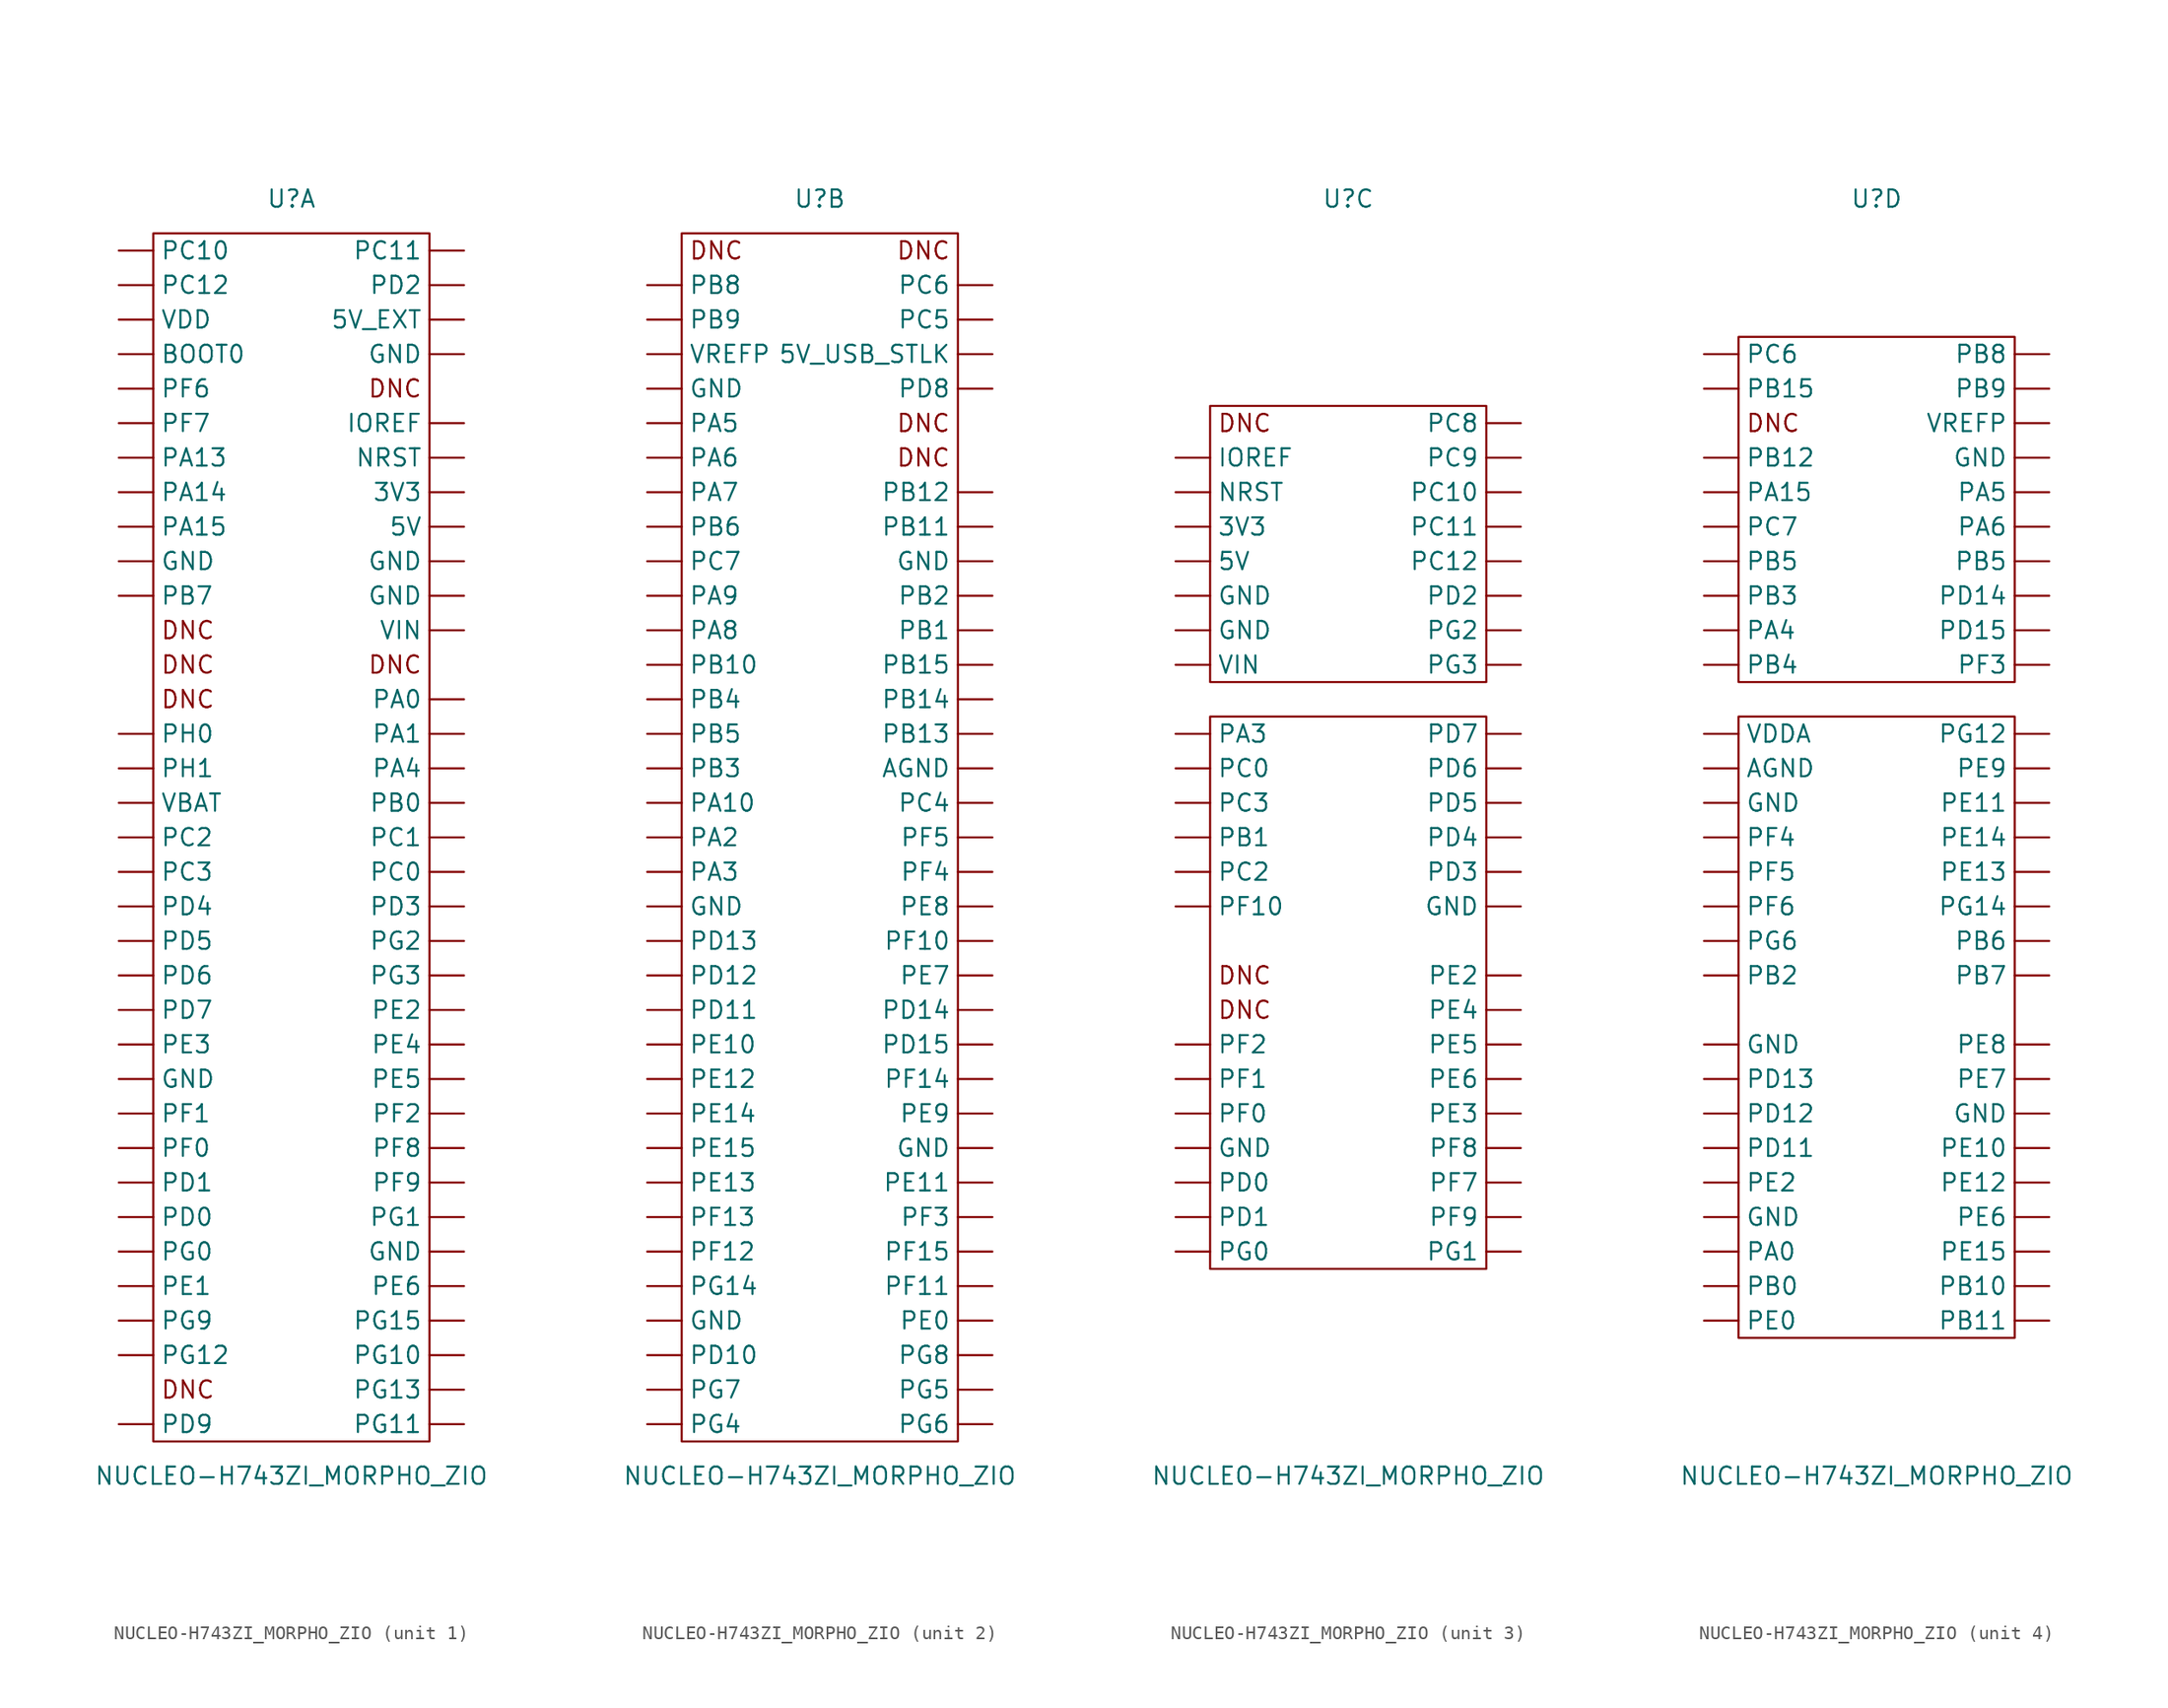
<source format=kicad_sym>
(kicad_symbol_lib
  (version 20211014)
  (generator kicad_symbol_editor)
  (symbol "NUCLEO-H743ZI_MORPHO_ZIO"
    (pin_numbers hide)
    (property "Reference" "U"
      (at 0 46.99 0)
      (effects (font (size 1.27 1.27))))
    (property "Value" "NUCLEO-H743ZI_MORPHO_ZIO"
      (at 0 -46.99 0)
      (effects (font (size 1.27 1.27))))
    (property "ki_locked" ""
      (at 0 0 0)
      (effects (font (size 1.27 1.27))))
    (symbol "NUCLEO-H743ZI_MORPHO_ZIO_1_0"
      (rectangle (start -10.16 44.45) (end 10.16 -44.45) (stroke (width 0.152) (type default) (color 0 0 0 0)) (fill (type none)))
      (text "DNC" (at -7.62 -40.64 0) (effects (font (size 1.27 1.27))))
      (text "DNC" (at -7.62 10.16 0) (effects (font (size 1.27 1.27))))
      (text "DNC" (at -7.62 12.7 0) (effects (font (size 1.27 1.27))))
      (text "DNC" (at -7.62 15.24 0) (effects (font (size 1.27 1.27))))
      (text "DNC" (at 7.62 12.7 0) (effects (font (size 1.27 1.27))))
      (text "DNC" (at 7.62 33.02 0) (effects (font (size 1.27 1.27)))))
    (symbol "NUCLEO-H743ZI_MORPHO_ZIO_1_1"
      (pin power_out line (at 12.7 25.4 180) (length 2.54) (name "3V3" (effects (font (size 1.27 1.27)))) (number "3V3" (effects (font (size 1.27 1.27)))))
      (pin power_out line (at 12.7 22.86 180) (length 2.54) (name "5V" (effects (font (size 1.27 1.27)))) (number "5V" (effects (font (size 1.27 1.27)))))
      (pin power_in line (at 12.7 38.1 180) (length 2.54) (name "5V_EXT" (effects (font (size 1.27 1.27)))) (number "5V_EXT" (effects (font (size 1.27 1.27)))))
      (pin passive line (at -12.7 35.56 0) (length 2.54) (name "BOOT0" (effects (font (size 1.27 1.27)))) (number "BOOT0" (effects (font (size 1.27 1.27)))))
      (pin power_in line (at -12.7 -17.78 0) (length 2.54) (name "GND" (effects (font (size 1.27 1.27)))) (number "GND" (effects (font (size 1.27 1.27)))))
      (pin power_in line (at -12.7 20.32 0) (length 2.54) (name "GND" (effects (font (size 1.27 1.27)))) (number "GND" (effects (font (size 1.27 1.27)))))
      (pin power_in line (at 12.7 -30.48 180) (length 2.54) (name "GND" (effects (font (size 1.27 1.27)))) (number "GND" (effects (font (size 1.27 1.27)))))
      (pin power_in line (at 12.7 17.78 180) (length 2.54) (name "GND" (effects (font (size 1.27 1.27)))) (number "GND" (effects (font (size 1.27 1.27)))))
      (pin power_in line (at 12.7 20.32 180) (length 2.54) (name "GND" (effects (font (size 1.27 1.27)))) (number "GND" (effects (font (size 1.27 1.27)))))
      (pin power_in line (at 12.7 35.56 180) (length 2.54) (name "GND" (effects (font (size 1.27 1.27)))) (number "GND" (effects (font (size 1.27 1.27)))))
      (pin passive line (at 12.7 30.48 180) (length 2.54) (name "IOREF" (effects (font (size 1.27 1.27)))) (number "IOREF" (effects (font (size 1.27 1.27)))))
      (pin passive line (at 12.7 27.94 180) (length 2.54) (name "NRST" (effects (font (size 1.27 1.27)))) (number "NRST" (effects (font (size 1.27 1.27)))))
      (pin passive line (at 12.7 10.16 180) (length 2.54) (name "PA0" (effects (font (size 1.27 1.27)))) (number "PA0" (effects (font (size 1.27 1.27)))))
      (pin passive line (at 12.7 7.62 180) (length 2.54) (name "PA1" (effects (font (size 1.27 1.27)))) (number "PA1" (effects (font (size 1.27 1.27)))))
      (pin passive line (at -12.7 27.94 0) (length 2.54) (name "PA13" (effects (font (size 1.27 1.27)))) (number "PA13" (effects (font (size 1.27 1.27)))))
      (pin passive line (at -12.7 25.4 0) (length 2.54) (name "PA14" (effects (font (size 1.27 1.27)))) (number "PA14" (effects (font (size 1.27 1.27)))))
      (pin passive line (at -12.7 22.86 0) (length 2.54) (name "PA15" (effects (font (size 1.27 1.27)))) (number "PA15" (effects (font (size 1.27 1.27)))))
      (pin passive line (at 12.7 5.08 180) (length 2.54) (name "PA4" (effects (font (size 1.27 1.27)))) (number "PA4" (effects (font (size 1.27 1.27)))))
      (pin passive line (at 12.7 2.54 180) (length 2.54) (name "PB0" (effects (font (size 1.27 1.27)))) (number "PB0" (effects (font (size 1.27 1.27)))))
      (pin passive line (at -12.7 17.78 0) (length 2.54) (name "PB7" (effects (font (size 1.27 1.27)))) (number "PB7" (effects (font (size 1.27 1.27)))))
      (pin passive line (at 12.7 -2.54 180) (length 2.54) (name "PC0" (effects (font (size 1.27 1.27)))) (number "PC0" (effects (font (size 1.27 1.27)))))
      (pin passive line (at 12.7 0 180) (length 2.54) (name "PC1" (effects (font (size 1.27 1.27)))) (number "PC1" (effects (font (size 1.27 1.27)))))
      (pin passive line (at -12.7 43.18 0) (length 2.54) (name "PC10" (effects (font (size 1.27 1.27)))) (number "PC10" (effects (font (size 1.27 1.27)))))
      (pin passive line (at 12.7 43.18 180) (length 2.54) (name "PC11" (effects (font (size 1.27 1.27)))) (number "PC11" (effects (font (size 1.27 1.27)))))
      (pin passive line (at -12.7 40.64 0) (length 2.54) (name "PC12" (effects (font (size 1.27 1.27)))) (number "PC12" (effects (font (size 1.27 1.27)))))
      (pin passive line (at -12.7 0 0) (length 2.54) (name "PC2" (effects (font (size 1.27 1.27)))) (number "PC2" (effects (font (size 1.27 1.27)))))
      (pin passive line (at -12.7 -2.54 0) (length 2.54) (name "PC3" (effects (font (size 1.27 1.27)))) (number "PC3" (effects (font (size 1.27 1.27)))))
      (pin passive line (at -12.7 -27.94 0) (length 2.54) (name "PD0" (effects (font (size 1.27 1.27)))) (number "PD0" (effects (font (size 1.27 1.27)))))
      (pin passive line (at -12.7 -25.4 0) (length 2.54) (name "PD1" (effects (font (size 1.27 1.27)))) (number "PD1" (effects (font (size 1.27 1.27)))))
      (pin passive line (at 12.7 40.64 180) (length 2.54) (name "PD2" (effects (font (size 1.27 1.27)))) (number "PD2" (effects (font (size 1.27 1.27)))))
      (pin passive line (at 12.7 -5.08 180) (length 2.54) (name "PD3" (effects (font (size 1.27 1.27)))) (number "PD3" (effects (font (size 1.27 1.27)))))
      (pin passive line (at -12.7 -5.08 0) (length 2.54) (name "PD4" (effects (font (size 1.27 1.27)))) (number "PD4" (effects (font (size 1.27 1.27)))))
      (pin passive line (at -12.7 -7.62 0) (length 2.54) (name "PD5" (effects (font (size 1.27 1.27)))) (number "PD5" (effects (font (size 1.27 1.27)))))
      (pin passive line (at -12.7 -10.16 0) (length 2.54) (name "PD6" (effects (font (size 1.27 1.27)))) (number "PD6" (effects (font (size 1.27 1.27)))))
      (pin passive line (at -12.7 -12.7 0) (length 2.54) (name "PD7" (effects (font (size 1.27 1.27)))) (number "PD7" (effects (font (size 1.27 1.27)))))
      (pin passive line (at -12.7 -43.18 0) (length 2.54) (name "PD9" (effects (font (size 1.27 1.27)))) (number "PD9" (effects (font (size 1.27 1.27)))))
      (pin passive line (at -12.7 -33.02 0) (length 2.54) (name "PE1" (effects (font (size 1.27 1.27)))) (number "PE1" (effects (font (size 1.27 1.27)))))
      (pin passive line (at 12.7 -12.7 180) (length 2.54) (name "PE2" (effects (font (size 1.27 1.27)))) (number "PE2" (effects (font (size 1.27 1.27)))))
      (pin passive line (at -12.7 -15.24 0) (length 2.54) (name "PE3" (effects (font (size 1.27 1.27)))) (number "PE3" (effects (font (size 1.27 1.27)))))
      (pin passive line (at 12.7 -15.24 180) (length 2.54) (name "PE4" (effects (font (size 1.27 1.27)))) (number "PE4" (effects (font (size 1.27 1.27)))))
      (pin passive line (at 12.7 -17.78 180) (length 2.54) (name "PE5" (effects (font (size 1.27 1.27)))) (number "PE5" (effects (font (size 1.27 1.27)))))
      (pin passive line (at 12.7 -33.02 180) (length 2.54) (name "PE6" (effects (font (size 1.27 1.27)))) (number "PE6" (effects (font (size 1.27 1.27)))))
      (pin passive line (at -12.7 -22.86 0) (length 2.54) (name "PF0" (effects (font (size 1.27 1.27)))) (number "PF0" (effects (font (size 1.27 1.27)))))
      (pin passive line (at -12.7 -20.32 0) (length 2.54) (name "PF1" (effects (font (size 1.27 1.27)))) (number "PF1" (effects (font (size 1.27 1.27)))))
      (pin passive line (at 12.7 -20.32 180) (length 2.54) (name "PF2" (effects (font (size 1.27 1.27)))) (number "PF2" (effects (font (size 1.27 1.27)))))
      (pin passive line (at -12.7 33.02 0) (length 2.54) (name "PF6" (effects (font (size 1.27 1.27)))) (number "PF6" (effects (font (size 1.27 1.27)))))
      (pin passive line (at -12.7 30.48 0) (length 2.54) (name "PF7" (effects (font (size 1.27 1.27)))) (number "PF7" (effects (font (size 1.27 1.27)))))
      (pin passive line (at 12.7 -22.86 180) (length 2.54) (name "PF8" (effects (font (size 1.27 1.27)))) (number "PF8" (effects (font (size 1.27 1.27)))))
      (pin passive line (at 12.7 -25.4 180) (length 2.54) (name "PF9" (effects (font (size 1.27 1.27)))) (number "PF9" (effects (font (size 1.27 1.27)))))
      (pin passive line (at -12.7 -30.48 0) (length 2.54) (name "PG0" (effects (font (size 1.27 1.27)))) (number "PG0" (effects (font (size 1.27 1.27)))))
      (pin passive line (at 12.7 -27.94 180) (length 2.54) (name "PG1" (effects (font (size 1.27 1.27)))) (number "PG1" (effects (font (size 1.27 1.27)))))
      (pin passive line (at 12.7 -38.1 180) (length 2.54) (name "PG10" (effects (font (size 1.27 1.27)))) (number "PG10" (effects (font (size 1.27 1.27)))))
      (pin passive line (at 12.7 -43.18 180) (length 2.54) (name "PG11" (effects (font (size 1.27 1.27)))) (number "PG11" (effects (font (size 1.27 1.27)))))
      (pin passive line (at -12.7 -38.1 0) (length 2.54) (name "PG12" (effects (font (size 1.27 1.27)))) (number "PG12" (effects (font (size 1.27 1.27)))))
      (pin passive line (at 12.7 -40.64 180) (length 2.54) (name "PG13" (effects (font (size 1.27 1.27)))) (number "PG13" (effects (font (size 1.27 1.27)))))
      (pin passive line (at 12.7 -35.56 180) (length 2.54) (name "PG15" (effects (font (size 1.27 1.27)))) (number "PG15" (effects (font (size 1.27 1.27)))))
      (pin passive line (at 12.7 -7.62 180) (length 2.54) (name "PG2" (effects (font (size 1.27 1.27)))) (number "PG2" (effects (font (size 1.27 1.27)))))
      (pin passive line (at 12.7 -10.16 180) (length 2.54) (name "PG3" (effects (font (size 1.27 1.27)))) (number "PG3" (effects (font (size 1.27 1.27)))))
      (pin passive line (at -12.7 -35.56 0) (length 2.54) (name "PG9" (effects (font (size 1.27 1.27)))) (number "PG9" (effects (font (size 1.27 1.27)))))
      (pin passive line (at -12.7 7.62 0) (length 2.54) (name "PH0" (effects (font (size 1.27 1.27)))) (number "PH0" (effects (font (size 1.27 1.27)))))
      (pin passive line (at -12.7 5.08 0) (length 2.54) (name "PH1" (effects (font (size 1.27 1.27)))) (number "PH1" (effects (font (size 1.27 1.27)))))
      (pin power_in line (at -12.7 2.54 0) (length 2.54) (name "VBAT" (effects (font (size 1.27 1.27)))) (number "VBAT" (effects (font (size 1.27 1.27)))))
      (pin power_out line (at -12.7 38.1 0) (length 2.54) (name "VDD" (effects (font (size 1.27 1.27)))) (number "VDD" (effects (font (size 1.27 1.27)))))
      (pin power_in line (at 12.7 15.24 180) (length 2.54) (name "VIN" (effects (font (size 1.27 1.27)))) (number "VIN" (effects (font (size 1.27 1.27))))))
    (symbol "NUCLEO-H743ZI_MORPHO_ZIO_2_0"
      (rectangle (start -10.16 44.45) (end 10.16 -44.45) (stroke (width 0.152) (type default) (color 0 0 0 0)) (fill (type none)))
      (text "DNC" (at -7.62 43.18 0) (effects (font (size 1.27 1.27))))
      (text "DNC" (at 7.62 27.94 0) (effects (font (size 1.27 1.27))))
      (text "DNC" (at 7.62 30.48 0) (effects (font (size 1.27 1.27))))
      (text "DNC" (at 7.62 43.18 0) (effects (font (size 1.27 1.27)))))
    (symbol "NUCLEO-H743ZI_MORPHO_ZIO_2_1"
      (pin power_out line (at 12.7 35.56 180) (length 2.54) (name "5V_USB_STLK" (effects (font (size 1.27 1.27)))) (number "5V_USB_STLK" (effects (font (size 1.27 1.27)))))
      (pin power_in line (at 12.7 5.08 180) (length 2.54) (name "AGND" (effects (font (size 1.27 1.27)))) (number "AGND" (effects (font (size 1.27 1.27)))))
      (pin power_in line (at -12.7 -35.56 0) (length 2.54) (name "GND" (effects (font (size 1.27 1.27)))) (number "GND" (effects (font (size 1.27 1.27)))))
      (pin power_in line (at -12.7 -5.08 0) (length 2.54) (name "GND" (effects (font (size 1.27 1.27)))) (number "GND" (effects (font (size 1.27 1.27)))))
      (pin power_in line (at -12.7 33.02 0) (length 2.54) (name "GND" (effects (font (size 1.27 1.27)))) (number "GND" (effects (font (size 1.27 1.27)))))
      (pin power_in line (at 12.7 -22.86 180) (length 2.54) (name "GND" (effects (font (size 1.27 1.27)))) (number "GND" (effects (font (size 1.27 1.27)))))
      (pin power_in line (at 12.7 20.32 180) (length 2.54) (name "GND" (effects (font (size 1.27 1.27)))) (number "GND" (effects (font (size 1.27 1.27)))))
      (pin passive line (at -12.7 2.54 0) (length 2.54) (name "PA10" (effects (font (size 1.27 1.27)))) (number "PA10" (effects (font (size 1.27 1.27)))))
      (pin passive line (at -12.7 0 0) (length 2.54) (name "PA2" (effects (font (size 1.27 1.27)))) (number "PA2" (effects (font (size 1.27 1.27)))))
      (pin passive line (at -12.7 -2.54 0) (length 2.54) (name "PA3" (effects (font (size 1.27 1.27)))) (number "PA3" (effects (font (size 1.27 1.27)))))
      (pin passive line (at -12.7 30.48 0) (length 2.54) (name "PA5" (effects (font (size 1.27 1.27)))) (number "PA5" (effects (font (size 1.27 1.27)))))
      (pin passive line (at -12.7 27.94 0) (length 2.54) (name "PA6" (effects (font (size 1.27 1.27)))) (number "PA6" (effects (font (size 1.27 1.27)))))
      (pin passive line (at -12.7 25.4 0) (length 2.54) (name "PA7" (effects (font (size 1.27 1.27)))) (number "PA7" (effects (font (size 1.27 1.27)))))
      (pin passive line (at -12.7 15.24 0) (length 2.54) (name "PA8" (effects (font (size 1.27 1.27)))) (number "PA8" (effects (font (size 1.27 1.27)))))
      (pin passive line (at -12.7 17.78 0) (length 2.54) (name "PA9" (effects (font (size 1.27 1.27)))) (number "PA9" (effects (font (size 1.27 1.27)))))
      (pin passive line (at 12.7 15.24 180) (length 2.54) (name "PB1" (effects (font (size 1.27 1.27)))) (number "PB1" (effects (font (size 1.27 1.27)))))
      (pin passive line (at -12.7 12.7 0) (length 2.54) (name "PB10" (effects (font (size 1.27 1.27)))) (number "PB10" (effects (font (size 1.27 1.27)))))
      (pin passive line (at 12.7 22.86 180) (length 2.54) (name "PB11" (effects (font (size 1.27 1.27)))) (number "PB11" (effects (font (size 1.27 1.27)))))
      (pin passive line (at 12.7 25.4 180) (length 2.54) (name "PB12" (effects (font (size 1.27 1.27)))) (number "PB12" (effects (font (size 1.27 1.27)))))
      (pin passive line (at 12.7 7.62 180) (length 2.54) (name "PB13" (effects (font (size 1.27 1.27)))) (number "PB13" (effects (font (size 1.27 1.27)))))
      (pin passive line (at 12.7 10.16 180) (length 2.54) (name "PB14" (effects (font (size 1.27 1.27)))) (number "PB14" (effects (font (size 1.27 1.27)))))
      (pin passive line (at 12.7 12.7 180) (length 2.54) (name "PB15" (effects (font (size 1.27 1.27)))) (number "PB15" (effects (font (size 1.27 1.27)))))
      (pin passive line (at 12.7 17.78 180) (length 2.54) (name "PB2" (effects (font (size 1.27 1.27)))) (number "PB2" (effects (font (size 1.27 1.27)))))
      (pin passive line (at -12.7 5.08 0) (length 2.54) (name "PB3" (effects (font (size 1.27 1.27)))) (number "PB3" (effects (font (size 1.27 1.27)))))
      (pin passive line (at -12.7 10.16 0) (length 2.54) (name "PB4" (effects (font (size 1.27 1.27)))) (number "PB4" (effects (font (size 1.27 1.27)))))
      (pin passive line (at -12.7 7.62 0) (length 2.54) (name "PB5" (effects (font (size 1.27 1.27)))) (number "PB5" (effects (font (size 1.27 1.27)))))
      (pin passive line (at -12.7 22.86 0) (length 2.54) (name "PB6" (effects (font (size 1.27 1.27)))) (number "PB6" (effects (font (size 1.27 1.27)))))
      (pin passive line (at -12.7 40.64 0) (length 2.54) (name "PB8" (effects (font (size 1.27 1.27)))) (number "PB8" (effects (font (size 1.27 1.27)))))
      (pin passive line (at -12.7 38.1 0) (length 2.54) (name "PB9" (effects (font (size 1.27 1.27)))) (number "PB9" (effects (font (size 1.27 1.27)))))
      (pin passive line (at 12.7 2.54 180) (length 2.54) (name "PC4" (effects (font (size 1.27 1.27)))) (number "PC4" (effects (font (size 1.27 1.27)))))
      (pin passive line (at 12.7 38.1 180) (length 2.54) (name "PC5" (effects (font (size 1.27 1.27)))) (number "PC5" (effects (font (size 1.27 1.27)))))
      (pin passive line (at 12.7 40.64 180) (length 2.54) (name "PC6" (effects (font (size 1.27 1.27)))) (number "PC6" (effects (font (size 1.27 1.27)))))
      (pin passive line (at -12.7 20.32 0) (length 2.54) (name "PC7" (effects (font (size 1.27 1.27)))) (number "PC7" (effects (font (size 1.27 1.27)))))
      (pin passive line (at -12.7 -38.1 0) (length 2.54) (name "PD10" (effects (font (size 1.27 1.27)))) (number "PD10" (effects (font (size 1.27 1.27)))))
      (pin passive line (at -12.7 -12.7 0) (length 2.54) (name "PD11" (effects (font (size 1.27 1.27)))) (number "PD11" (effects (font (size 1.27 1.27)))))
      (pin passive line (at -12.7 -10.16 0) (length 2.54) (name "PD12" (effects (font (size 1.27 1.27)))) (number "PD12" (effects (font (size 1.27 1.27)))))
      (pin passive line (at -12.7 -7.62 0) (length 2.54) (name "PD13" (effects (font (size 1.27 1.27)))) (number "PD13" (effects (font (size 1.27 1.27)))))
      (pin passive line (at 12.7 -12.7 180) (length 2.54) (name "PD14" (effects (font (size 1.27 1.27)))) (number "PD14" (effects (font (size 1.27 1.27)))))
      (pin passive line (at 12.7 -15.24 180) (length 2.54) (name "PD15" (effects (font (size 1.27 1.27)))) (number "PD15" (effects (font (size 1.27 1.27)))))
      (pin passive line (at 12.7 33.02 180) (length 2.54) (name "PD8" (effects (font (size 1.27 1.27)))) (number "PD8" (effects (font (size 1.27 1.27)))))
      (pin passive line (at 12.7 -35.56 180) (length 2.54) (name "PE0" (effects (font (size 1.27 1.27)))) (number "PE0" (effects (font (size 1.27 1.27)))))
      (pin passive line (at -12.7 -15.24 0) (length 2.54) (name "PE10" (effects (font (size 1.27 1.27)))) (number "PE10" (effects (font (size 1.27 1.27)))))
      (pin passive line (at 12.7 -25.4 180) (length 2.54) (name "PE11" (effects (font (size 1.27 1.27)))) (number "PE11" (effects (font (size 1.27 1.27)))))
      (pin passive line (at -12.7 -17.78 0) (length 2.54) (name "PE12" (effects (font (size 1.27 1.27)))) (number "PE12" (effects (font (size 1.27 1.27)))))
      (pin passive line (at -12.7 -25.4 0) (length 2.54) (name "PE13" (effects (font (size 1.27 1.27)))) (number "PE13" (effects (font (size 1.27 1.27)))))
      (pin passive line (at -12.7 -20.32 0) (length 2.54) (name "PE14" (effects (font (size 1.27 1.27)))) (number "PE14" (effects (font (size 1.27 1.27)))))
      (pin passive line (at -12.7 -22.86 0) (length 2.54) (name "PE15" (effects (font (size 1.27 1.27)))) (number "PE15" (effects (font (size 1.27 1.27)))))
      (pin passive line (at 12.7 -10.16 180) (length 2.54) (name "PE7" (effects (font (size 1.27 1.27)))) (number "PE7" (effects (font (size 1.27 1.27)))))
      (pin passive line (at 12.7 -5.08 180) (length 2.54) (name "PE8" (effects (font (size 1.27 1.27)))) (number "PE8" (effects (font (size 1.27 1.27)))))
      (pin passive line (at 12.7 -20.32 180) (length 2.54) (name "PE9" (effects (font (size 1.27 1.27)))) (number "PE9" (effects (font (size 1.27 1.27)))))
      (pin passive line (at 12.7 -7.62 180) (length 2.54) (name "PF10" (effects (font (size 1.27 1.27)))) (number "PF10" (effects (font (size 1.27 1.27)))))
      (pin passive line (at 12.7 -33.02 180) (length 2.54) (name "PF11" (effects (font (size 1.27 1.27)))) (number "PF11" (effects (font (size 1.27 1.27)))))
      (pin passive line (at -12.7 -30.48 0) (length 2.54) (name "PF12" (effects (font (size 1.27 1.27)))) (number "PF12" (effects (font (size 1.27 1.27)))))
      (pin passive line (at -12.7 -27.94 0) (length 2.54) (name "PF13" (effects (font (size 1.27 1.27)))) (number "PF13" (effects (font (size 1.27 1.27)))))
      (pin passive line (at 12.7 -17.78 180) (length 2.54) (name "PF14" (effects (font (size 1.27 1.27)))) (number "PF14" (effects (font (size 1.27 1.27)))))
      (pin passive line (at 12.7 -30.48 180) (length 2.54) (name "PF15" (effects (font (size 1.27 1.27)))) (number "PF15" (effects (font (size 1.27 1.27)))))
      (pin passive line (at 12.7 -27.94 180) (length 2.54) (name "PF3" (effects (font (size 1.27 1.27)))) (number "PF3" (effects (font (size 1.27 1.27)))))
      (pin passive line (at 12.7 -2.54 180) (length 2.54) (name "PF4" (effects (font (size 1.27 1.27)))) (number "PF4" (effects (font (size 1.27 1.27)))))
      (pin passive line (at 12.7 0 180) (length 2.54) (name "PF5" (effects (font (size 1.27 1.27)))) (number "PF5" (effects (font (size 1.27 1.27)))))
      (pin passive line (at -12.7 -33.02 0) (length 2.54) (name "PG14" (effects (font (size 1.27 1.27)))) (number "PG14" (effects (font (size 1.27 1.27)))))
      (pin passive line (at -12.7 -43.18 0) (length 2.54) (name "PG4" (effects (font (size 1.27 1.27)))) (number "PG4" (effects (font (size 1.27 1.27)))))
      (pin passive line (at 12.7 -40.64 180) (length 2.54) (name "PG5" (effects (font (size 1.27 1.27)))) (number "PG5" (effects (font (size 1.27 1.27)))))
      (pin passive line (at 12.7 -43.18 180) (length 2.54) (name "PG6" (effects (font (size 1.27 1.27)))) (number "PG6" (effects (font (size 1.27 1.27)))))
      (pin passive line (at -12.7 -40.64 0) (length 2.54) (name "PG7" (effects (font (size 1.27 1.27)))) (number "PG7" (effects (font (size 1.27 1.27)))))
      (pin passive line (at 12.7 -38.1 180) (length 2.54) (name "PG8" (effects (font (size 1.27 1.27)))) (number "PG8" (effects (font (size 1.27 1.27)))))
      (pin passive line (at -12.7 35.56 0) (length 2.54) (name "VREFP" (effects (font (size 1.27 1.27)))) (number "VREFP" (effects (font (size 1.27 1.27))))))
    (symbol "NUCLEO-H743ZI_MORPHO_ZIO_3_0"
      (rectangle (start -10.16 8.89) (end 10.16 -31.75) (stroke (width 0.152) (type default) (color 0 0 0 0)) (fill (type none)))
      (rectangle (start -10.16 31.75) (end 10.16 11.43) (stroke (width 0.152) (type default) (color 0 0 0 0)) (fill (type none)))
      (text "DNC" (at -7.62 -12.7 0) (effects (font (size 1.27 1.27))))
      (text "DNC" (at -7.62 -10.16 0) (effects (font (size 1.27 1.27))))
      (text "DNC" (at -7.62 30.48 0) (effects (font (size 1.27 1.27)))))
    (symbol "NUCLEO-H743ZI_MORPHO_ZIO_3_1"
      (pin power_out line (at -12.7 22.86 0) (length 2.54) (name "3V3" (effects (font (size 1.27 1.27)))) (number "3V3" (effects (font (size 1.27 1.27)))))
      (pin power_out line (at -12.7 20.32 0) (length 2.54) (name "5V" (effects (font (size 1.27 1.27)))) (number "5V" (effects (font (size 1.27 1.27)))))
      (pin power_in line (at -12.7 -22.86 0) (length 2.54) (name "GND" (effects (font (size 1.27 1.27)))) (number "GND" (effects (font (size 1.27 1.27)))))
      (pin power_in line (at -12.7 15.24 0) (length 2.54) (name "GND" (effects (font (size 1.27 1.27)))) (number "GND" (effects (font (size 1.27 1.27)))))
      (pin power_in line (at -12.7 17.78 0) (length 2.54) (name "GND" (effects (font (size 1.27 1.27)))) (number "GND" (effects (font (size 1.27 1.27)))))
      (pin power_in line (at 12.7 -5.08 180) (length 2.54) (name "GND" (effects (font (size 1.27 1.27)))) (number "GND" (effects (font (size 1.27 1.27)))))
      (pin passive line (at -12.7 27.94 0) (length 2.54) (name "IOREF" (effects (font (size 1.27 1.27)))) (number "IOREF" (effects (font (size 1.27 1.27)))))
      (pin passive line (at -12.7 25.4 0) (length 2.54) (name "NRST" (effects (font (size 1.27 1.27)))) (number "NRST" (effects (font (size 1.27 1.27)))))
      (pin passive line (at -12.7 7.62 0) (length 2.54) (name "PA3" (effects (font (size 1.27 1.27)))) (number "PA3" (effects (font (size 1.27 1.27)))))
      (pin passive line (at -12.7 0 0) (length 2.54) (name "PB1" (effects (font (size 1.27 1.27)))) (number "PB1" (effects (font (size 1.27 1.27)))))
      (pin passive line (at -12.7 5.08 0) (length 2.54) (name "PC0" (effects (font (size 1.27 1.27)))) (number "PC0" (effects (font (size 1.27 1.27)))))
      (pin passive line (at 12.7 25.4 180) (length 2.54) (name "PC10" (effects (font (size 1.27 1.27)))) (number "PC10" (effects (font (size 1.27 1.27)))))
      (pin passive line (at 12.7 22.86 180) (length 2.54) (name "PC11" (effects (font (size 1.27 1.27)))) (number "PC11" (effects (font (size 1.27 1.27)))))
      (pin passive line (at 12.7 20.32 180) (length 2.54) (name "PC12" (effects (font (size 1.27 1.27)))) (number "PC12" (effects (font (size 1.27 1.27)))))
      (pin passive line (at -12.7 -2.54 0) (length 2.54) (name "PC2" (effects (font (size 1.27 1.27)))) (number "PC2" (effects (font (size 1.27 1.27)))))
      (pin passive line (at -12.7 2.54 0) (length 2.54) (name "PC3" (effects (font (size 1.27 1.27)))) (number "PC3" (effects (font (size 1.27 1.27)))))
      (pin passive line (at 12.7 30.48 180) (length 2.54) (name "PC8" (effects (font (size 1.27 1.27)))) (number "PC8" (effects (font (size 1.27 1.27)))))
      (pin passive line (at 12.7 27.94 180) (length 2.54) (name "PC9" (effects (font (size 1.27 1.27)))) (number "PC9" (effects (font (size 1.27 1.27)))))
      (pin passive line (at -12.7 -25.4 0) (length 2.54) (name "PD0" (effects (font (size 1.27 1.27)))) (number "PD0" (effects (font (size 1.27 1.27)))))
      (pin passive line (at -12.7 -27.94 0) (length 2.54) (name "PD1" (effects (font (size 1.27 1.27)))) (number "PD1" (effects (font (size 1.27 1.27)))))
      (pin passive line (at 12.7 17.78 180) (length 2.54) (name "PD2" (effects (font (size 1.27 1.27)))) (number "PD2" (effects (font (size 1.27 1.27)))))
      (pin passive line (at 12.7 -2.54 180) (length 2.54) (name "PD3" (effects (font (size 1.27 1.27)))) (number "PD3" (effects (font (size 1.27 1.27)))))
      (pin passive line (at 12.7 0 180) (length 2.54) (name "PD4" (effects (font (size 1.27 1.27)))) (number "PD4" (effects (font (size 1.27 1.27)))))
      (pin passive line (at 12.7 2.54 180) (length 2.54) (name "PD5" (effects (font (size 1.27 1.27)))) (number "PD5" (effects (font (size 1.27 1.27)))))
      (pin passive line (at 12.7 5.08 180) (length 2.54) (name "PD6" (effects (font (size 1.27 1.27)))) (number "PD6" (effects (font (size 1.27 1.27)))))
      (pin passive line (at 12.7 7.62 180) (length 2.54) (name "PD7" (effects (font (size 1.27 1.27)))) (number "PD7" (effects (font (size 1.27 1.27)))))
      (pin passive line (at 12.7 -10.16 180) (length 2.54) (name "PE2" (effects (font (size 1.27 1.27)))) (number "PE2" (effects (font (size 1.27 1.27)))))
      (pin passive line (at 12.7 -20.32 180) (length 2.54) (name "PE3" (effects (font (size 1.27 1.27)))) (number "PE3" (effects (font (size 1.27 1.27)))))
      (pin passive line (at 12.7 -12.7 180) (length 2.54) (name "PE4" (effects (font (size 1.27 1.27)))) (number "PE4" (effects (font (size 1.27 1.27)))))
      (pin passive line (at 12.7 -15.24 180) (length 2.54) (name "PE5" (effects (font (size 1.27 1.27)))) (number "PE5" (effects (font (size 1.27 1.27)))))
      (pin passive line (at 12.7 -17.78 180) (length 2.54) (name "PE6" (effects (font (size 1.27 1.27)))) (number "PE6" (effects (font (size 1.27 1.27)))))
      (pin passive line (at -12.7 -20.32 0) (length 2.54) (name "PF0" (effects (font (size 1.27 1.27)))) (number "PF0" (effects (font (size 1.27 1.27)))))
      (pin passive line (at -12.7 -17.78 0) (length 2.54) (name "PF1" (effects (font (size 1.27 1.27)))) (number "PF1" (effects (font (size 1.27 1.27)))))
      (pin passive line (at -12.7 -5.08 0) (length 2.54) (name "PF10" (effects (font (size 1.27 1.27)))) (number "PF10" (effects (font (size 1.27 1.27)))))
      (pin passive line (at -12.7 -15.24 0) (length 2.54) (name "PF2" (effects (font (size 1.27 1.27)))) (number "PF2" (effects (font (size 1.27 1.27)))))
      (pin passive line (at 12.7 -25.4 180) (length 2.54) (name "PF7" (effects (font (size 1.27 1.27)))) (number "PF7" (effects (font (size 1.27 1.27)))))
      (pin passive line (at 12.7 -22.86 180) (length 2.54) (name "PF8" (effects (font (size 1.27 1.27)))) (number "PF8" (effects (font (size 1.27 1.27)))))
      (pin passive line (at 12.7 -27.94 180) (length 2.54) (name "PF9" (effects (font (size 1.27 1.27)))) (number "PF9" (effects (font (size 1.27 1.27)))))
      (pin passive line (at -12.7 -30.48 0) (length 2.54) (name "PG0" (effects (font (size 1.27 1.27)))) (number "PG0" (effects (font (size 1.27 1.27)))))
      (pin passive line (at 12.7 -30.48 180) (length 2.54) (name "PG1" (effects (font (size 1.27 1.27)))) (number "PG1" (effects (font (size 1.27 1.27)))))
      (pin passive line (at 12.7 15.24 180) (length 2.54) (name "PG2" (effects (font (size 1.27 1.27)))) (number "PG2" (effects (font (size 1.27 1.27)))))
      (pin passive line (at 12.7 12.7 180) (length 2.54) (name "PG3" (effects (font (size 1.27 1.27)))) (number "PG3" (effects (font (size 1.27 1.27)))))
      (pin power_in line (at -12.7 12.7 0) (length 2.54) (name "VIN" (effects (font (size 1.27 1.27)))) (number "VIN" (effects (font (size 1.27 1.27))))))
    (symbol "NUCLEO-H743ZI_MORPHO_ZIO_4_0"
      (rectangle (start -10.16 8.89) (end 10.16 -36.83) (stroke (width 0.152) (type default) (color 0 0 0 0)) (fill (type none)))
      (rectangle (start -10.16 36.83) (end 10.16 11.43) (stroke (width 0.152) (type default) (color 0 0 0 0)) (fill (type none)))
      (text "DNC" (at -7.62 30.48 0) (effects (font (size 1.27 1.27)))))
    (symbol "NUCLEO-H743ZI_MORPHO_ZIO_4_1"
      (pin power_in line (at -12.7 5.08 0) (length 2.54) (name "AGND" (effects (font (size 1.27 1.27)))) (number "AGND" (effects (font (size 1.27 1.27)))))
      (pin power_in line (at -12.7 -27.94 0) (length 2.54) (name "GND" (effects (font (size 1.27 1.27)))) (number "GND" (effects (font (size 1.27 1.27)))))
      (pin power_in line (at -12.7 -15.24 0) (length 2.54) (name "GND" (effects (font (size 1.27 1.27)))) (number "GND" (effects (font (size 1.27 1.27)))))
      (pin power_in line (at -12.7 2.54 0) (length 2.54) (name "GND" (effects (font (size 1.27 1.27)))) (number "GND" (effects (font (size 1.27 1.27)))))
      (pin power_in line (at 12.7 -20.32 180) (length 2.54) (name "GND" (effects (font (size 1.27 1.27)))) (number "GND" (effects (font (size 1.27 1.27)))))
      (pin power_in line (at 12.7 27.94 180) (length 2.54) (name "GND" (effects (font (size 1.27 1.27)))) (number "GND" (effects (font (size 1.27 1.27)))))
      (pin passive line (at -12.7 -30.48 0) (length 2.54) (name "PA0" (effects (font (size 1.27 1.27)))) (number "PA0" (effects (font (size 1.27 1.27)))))
      (pin passive line (at -12.7 25.4 0) (length 2.54) (name "PA15" (effects (font (size 1.27 1.27)))) (number "PA15" (effects (font (size 1.27 1.27)))))
      (pin passive line (at -12.7 15.24 0) (length 2.54) (name "PA4" (effects (font (size 1.27 1.27)))) (number "PA4" (effects (font (size 1.27 1.27)))))
      (pin passive line (at 12.7 25.4 180) (length 2.54) (name "PA5" (effects (font (size 1.27 1.27)))) (number "PA5" (effects (font (size 1.27 1.27)))))
      (pin passive line (at 12.7 22.86 180) (length 2.54) (name "PA6" (effects (font (size 1.27 1.27)))) (number "PA6" (effects (font (size 1.27 1.27)))))
      (pin passive line (at -12.7 -33.02 0) (length 2.54) (name "PB0" (effects (font (size 1.27 1.27)))) (number "PB0" (effects (font (size 1.27 1.27)))))
      (pin passive line (at 12.7 -33.02 180) (length 2.54) (name "PB10" (effects (font (size 1.27 1.27)))) (number "PB10" (effects (font (size 1.27 1.27)))))
      (pin passive line (at 12.7 -35.56 180) (length 2.54) (name "PB11" (effects (font (size 1.27 1.27)))) (number "PB11" (effects (font (size 1.27 1.27)))))
      (pin passive line (at -12.7 27.94 0) (length 2.54) (name "PB12" (effects (font (size 1.27 1.27)))) (number "PB12" (effects (font (size 1.27 1.27)))))
      (pin passive line (at -12.7 33.02 0) (length 2.54) (name "PB15" (effects (font (size 1.27 1.27)))) (number "PB15" (effects (font (size 1.27 1.27)))))
      (pin passive line (at -12.7 -10.16 0) (length 2.54) (name "PB2" (effects (font (size 1.27 1.27)))) (number "PB2" (effects (font (size 1.27 1.27)))))
      (pin passive line (at -12.7 17.78 0) (length 2.54) (name "PB3" (effects (font (size 1.27 1.27)))) (number "PB3" (effects (font (size 1.27 1.27)))))
      (pin passive line (at -12.7 12.7 0) (length 2.54) (name "PB4" (effects (font (size 1.27 1.27)))) (number "PB4" (effects (font (size 1.27 1.27)))))
      (pin passive line (at -12.7 20.32 0) (length 2.54) (name "PB5" (effects (font (size 1.27 1.27)))) (number "PB5" (effects (font (size 1.27 1.27)))))
      (pin passive line (at 12.7 20.32 180) (length 2.54) (name "PB5" (effects (font (size 1.27 1.27)))) (number "PB5" (effects (font (size 1.27 1.27)))))
      (pin passive line (at 12.7 -7.62 180) (length 2.54) (name "PB6" (effects (font (size 1.27 1.27)))) (number "PB6" (effects (font (size 1.27 1.27)))))
      (pin passive line (at 12.7 -10.16 180) (length 2.54) (name "PB7" (effects (font (size 1.27 1.27)))) (number "PB7" (effects (font (size 1.27 1.27)))))
      (pin passive line (at 12.7 35.56 180) (length 2.54) (name "PB8" (effects (font (size 1.27 1.27)))) (number "PB8" (effects (font (size 1.27 1.27)))))
      (pin passive line (at 12.7 33.02 180) (length 2.54) (name "PB9" (effects (font (size 1.27 1.27)))) (number "PB9" (effects (font (size 1.27 1.27)))))
      (pin passive line (at -12.7 35.56 0) (length 2.54) (name "PC6" (effects (font (size 1.27 1.27)))) (number "PC6" (effects (font (size 1.27 1.27)))))
      (pin passive line (at -12.7 22.86 0) (length 2.54) (name "PC7" (effects (font (size 1.27 1.27)))) (number "PC7" (effects (font (size 1.27 1.27)))))
      (pin passive line (at -12.7 -22.86 0) (length 2.54) (name "PD11" (effects (font (size 1.27 1.27)))) (number "PD11" (effects (font (size 1.27 1.27)))))
      (pin passive line (at -12.7 -20.32 0) (length 2.54) (name "PD12" (effects (font (size 1.27 1.27)))) (number "PD12" (effects (font (size 1.27 1.27)))))
      (pin passive line (at -12.7 -17.78 0) (length 2.54) (name "PD13" (effects (font (size 1.27 1.27)))) (number "PD13" (effects (font (size 1.27 1.27)))))
      (pin passive line (at 12.7 17.78 180) (length 2.54) (name "PD14" (effects (font (size 1.27 1.27)))) (number "PD14" (effects (font (size 1.27 1.27)))))
      (pin passive line (at 12.7 15.24 180) (length 2.54) (name "PD15" (effects (font (size 1.27 1.27)))) (number "PD15" (effects (font (size 1.27 1.27)))))
      (pin passive line (at -12.7 -35.56 0) (length 2.54) (name "PE0" (effects (font (size 1.27 1.27)))) (number "PE0" (effects (font (size 1.27 1.27)))))
      (pin passive line (at 12.7 -22.86 180) (length 2.54) (name "PE10" (effects (font (size 1.27 1.27)))) (number "PE10" (effects (font (size 1.27 1.27)))))
      (pin passive line (at 12.7 2.54 180) (length 2.54) (name "PE11" (effects (font (size 1.27 1.27)))) (number "PE11" (effects (font (size 1.27 1.27)))))
      (pin passive line (at 12.7 -25.4 180) (length 2.54) (name "PE12" (effects (font (size 1.27 1.27)))) (number "PE12" (effects (font (size 1.27 1.27)))))
      (pin passive line (at 12.7 -2.54 180) (length 2.54) (name "PE13" (effects (font (size 1.27 1.27)))) (number "PE13" (effects (font (size 1.27 1.27)))))
      (pin passive line (at 12.7 0 180) (length 2.54) (name "PE14" (effects (font (size 1.27 1.27)))) (number "PE14" (effects (font (size 1.27 1.27)))))
      (pin passive line (at 12.7 -30.48 180) (length 2.54) (name "PE15" (effects (font (size 1.27 1.27)))) (number "PE15" (effects (font (size 1.27 1.27)))))
      (pin passive line (at -12.7 -25.4 0) (length 2.54) (name "PE2" (effects (font (size 1.27 1.27)))) (number "PE2" (effects (font (size 1.27 1.27)))))
      (pin passive line (at 12.7 -27.94 180) (length 2.54) (name "PE6" (effects (font (size 1.27 1.27)))) (number "PE6" (effects (font (size 1.27 1.27)))))
      (pin passive line (at 12.7 -17.78 180) (length 2.54) (name "PE7" (effects (font (size 1.27 1.27)))) (number "PE7" (effects (font (size 1.27 1.27)))))
      (pin passive line (at 12.7 -15.24 180) (length 2.54) (name "PE8" (effects (font (size 1.27 1.27)))) (number "PE8" (effects (font (size 1.27 1.27)))))
      (pin passive line (at 12.7 5.08 180) (length 2.54) (name "PE9" (effects (font (size 1.27 1.27)))) (number "PE9" (effects (font (size 1.27 1.27)))))
      (pin passive line (at 12.7 12.7 180) (length 2.54) (name "PF3" (effects (font (size 1.27 1.27)))) (number "PF3" (effects (font (size 1.27 1.27)))))
      (pin passive line (at -12.7 0 0) (length 2.54) (name "PF4" (effects (font (size 1.27 1.27)))) (number "PF4" (effects (font (size 1.27 1.27)))))
      (pin passive line (at -12.7 -2.54 0) (length 2.54) (name "PF5" (effects (font (size 1.27 1.27)))) (number "PF5" (effects (font (size 1.27 1.27)))))
      (pin passive line (at -12.7 -5.08 0) (length 2.54) (name "PF6" (effects (font (size 1.27 1.27)))) (number "PF6" (effects (font (size 1.27 1.27)))))
      (pin passive line (at 12.7 7.62 180) (length 2.54) (name "PG12" (effects (font (size 1.27 1.27)))) (number "PG12" (effects (font (size 1.27 1.27)))))
      (pin passive line (at 12.7 -5.08 180) (length 2.54) (name "PG14" (effects (font (size 1.27 1.27)))) (number "PG14" (effects (font (size 1.27 1.27)))))
      (pin passive line (at -12.7 -7.62 0) (length 2.54) (name "PG6" (effects (font (size 1.27 1.27)))) (number "PG6" (effects (font (size 1.27 1.27)))))
      (pin power_out line (at -12.7 7.62 0) (length 2.54) (name "VDDA" (effects (font (size 1.27 1.27)))) (number "VDDA" (effects (font (size 1.27 1.27)))))
      (pin passive line (at 12.7 30.48 180) (length 2.54) (name "VREFP" (effects (font (size 1.27 1.27)))) (number "VREFP" (effects (font (size 1.27 1.27))))))))
</source>
